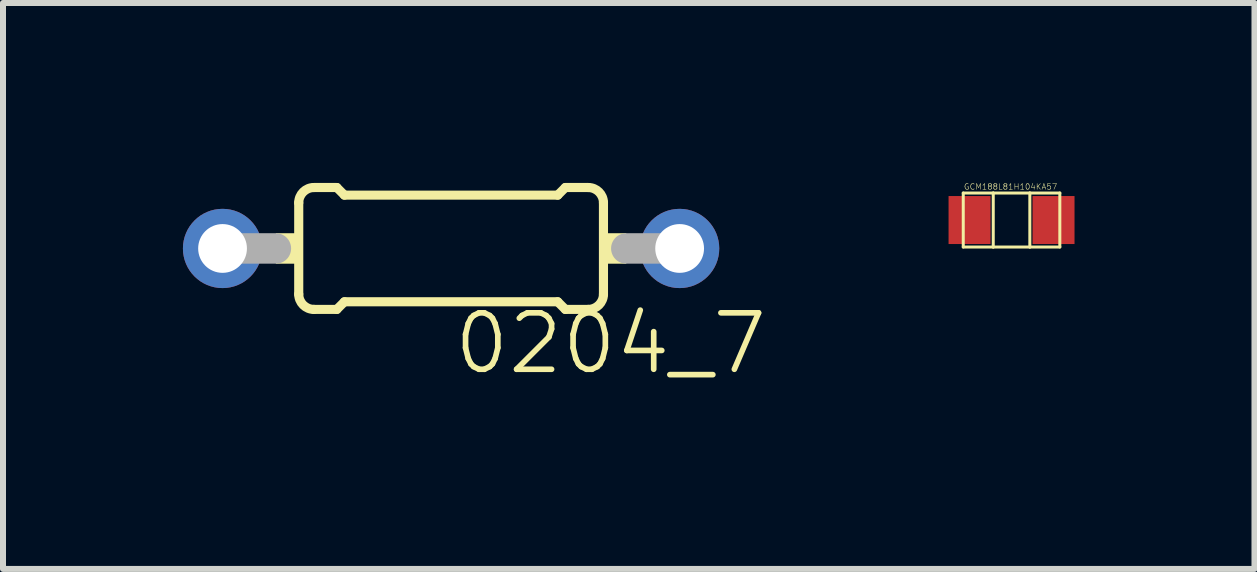
<source format=kicad_pcb>
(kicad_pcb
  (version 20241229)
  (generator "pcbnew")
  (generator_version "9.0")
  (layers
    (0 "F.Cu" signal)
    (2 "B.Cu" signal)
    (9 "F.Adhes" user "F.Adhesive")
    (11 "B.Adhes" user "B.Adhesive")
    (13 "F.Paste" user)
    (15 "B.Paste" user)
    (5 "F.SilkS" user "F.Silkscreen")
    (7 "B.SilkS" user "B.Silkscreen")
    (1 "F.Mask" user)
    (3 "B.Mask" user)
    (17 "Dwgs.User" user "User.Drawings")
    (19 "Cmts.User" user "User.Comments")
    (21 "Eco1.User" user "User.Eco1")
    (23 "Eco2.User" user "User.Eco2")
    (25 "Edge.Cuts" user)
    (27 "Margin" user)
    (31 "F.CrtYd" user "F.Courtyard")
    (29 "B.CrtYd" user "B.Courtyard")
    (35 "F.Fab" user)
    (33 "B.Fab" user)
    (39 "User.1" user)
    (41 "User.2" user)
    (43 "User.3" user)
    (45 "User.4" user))
  (footprint "GCM188L81H104KA57"
    (layer "F.Cu")
    (at 13.813 0.618)
    (property "Reference" "GCM188L81H104KA57" (at -0.8 -0.5 0) (layer "F.SilkS") (effects (font (size 0.095 0.095) (thickness 0.008)) (justify left bottom)))
    (attr through_hole)
    (fp_line (start -0.805 -0.45) (end -0.305 -0.45) (stroke (width 0.05) (type solid)) (layer "F.SilkS"))
    (fp_line (start -0.805 0.45) (end -0.805 -0.45) (stroke (width 0.05) (type solid)) (layer "F.SilkS"))
    (fp_line (start -0.305 -0.45) (end -0.305 0.45) (stroke (width 0.05) (type solid)) (layer "F.SilkS"))
    (fp_line (start -0.305 -0.45) (end 0.305 -0.45) (stroke (width 0.05) (type solid)) (layer "F.SilkS"))
    (fp_line (start -0.305 0.45) (end -0.805 0.45) (stroke (width 0.05) (type solid)) (layer "F.SilkS"))
    (fp_line (start 0.305 -0.45) (end 0.305 0.45) (stroke (width 0.05) (type solid)) (layer "F.SilkS"))
    (fp_line (start 0.305 -0.45) (end 0.805 -0.45) (stroke (width 0.05) (type solid)) (layer "F.SilkS"))
    (fp_line (start 0.305 0.45) (end -0.305 0.45) (stroke (width 0.05) (type solid)) (layer "F.SilkS"))
    (fp_line (start 0.805 -0.45) (end 0.805 0.45) (stroke (width 0.05) (type solid)) (layer "F.SilkS"))
    (fp_line (start 0.805 0.45) (end 0.305 0.45) (stroke (width 0.05) (type solid)) (layer "F.SilkS"))
    (pad "P$1" smd rect (at -0.7 0) (size 0.7 0.8) (layers "F.Cu" "F.Mask" "F.Paste"))
    (pad "P$2" smd rect (at 0.7 0) (size 0.7 0.8) (layers "F.Cu" "F.Mask" "F.Paste")))
  (footprint "0204_7"
    (layer "F.Cu")
    (at 4.47 1.092)
    (property "Reference" "0204_7" (at 0 2.134 180) (layer "F.SilkS") (effects (font (size 0.941 0.941) (thickness 0.094)) (justify left bottom)))
    (attr through_hole)
    (fp_line (start -2.54 0.762) (end -2.54 -0.762) (stroke (width 0.152) (type solid)) (layer "F.SilkS"))
    (fp_line (start -2.286 -1.016) (end -1.905 -1.016) (stroke (width 0.152) (type solid)) (layer "F.SilkS"))
    (fp_line (start -2.286 1.016) (end -1.905 1.016) (stroke (width 0.152) (type solid)) (layer "F.SilkS"))
    (fp_line (start -1.778 -0.889) (end -1.905 -1.016) (stroke (width 0.152) (type solid)) (layer "F.SilkS"))
    (fp_line (start -1.778 0.889) (end -1.905 1.016) (stroke (width 0.152) (type solid)) (layer "F.SilkS"))
    (fp_line (start 1.778 -0.889) (end -1.778 -0.889) (stroke (width 0.152) (type solid)) (layer "F.SilkS"))
    (fp_line (start 1.778 -0.889) (end 1.905 -1.016) (stroke (width 0.152) (type solid)) (layer "F.SilkS"))
    (fp_line (start 1.778 0.889) (end -1.778 0.889) (stroke (width 0.152) (type solid)) (layer "F.SilkS"))
    (fp_line (start 1.778 0.889) (end 1.905 1.016) (stroke (width 0.152) (type solid)) (layer "F.SilkS"))
    (fp_line (start 2.286 -1.016) (end 1.905 -1.016) (stroke (width 0.152) (type solid)) (layer "F.SilkS"))
    (fp_line (start 2.286 1.016) (end 1.905 1.016) (stroke (width 0.152) (type solid)) (layer "F.SilkS"))
    (fp_line (start 2.54 0.762) (end 2.54 -0.762) (stroke (width 0.152) (type solid)) (layer "F.SilkS"))
    (fp_arc (start -2.54 -0.762) (mid -2.465605 -0.941605) (end -2.286 -1.016) (stroke (width 0.1524) (type solid)) (layer "F.SilkS"))
    (fp_arc (start -2.286 1.016) (mid -2.465605 0.941605) (end -2.54 0.762) (stroke (width 0.1524) (type solid)) (layer "F.SilkS"))
    (fp_arc (start 2.286 -1.016) (mid 2.465605 -0.941605) (end 2.54 -0.762) (stroke (width 0.1524) (type solid)) (layer "F.SilkS"))
    (fp_arc (start 2.54 0.762) (mid 2.465605 0.941605) (end 2.286 1.016) (stroke (width 0.1524) (type solid)) (layer "F.SilkS"))
    (fp_poly (pts (xy -2.921 0.254) (xy -2.54 0.254) (xy -2.54 -0.254) (xy -2.921 -0.254)) (stroke (width 0) (type solid)) (fill yes) (layer "F.SilkS"))
    (fp_poly (pts (xy 2.54 0.254) (xy 2.921 0.254) (xy 2.921 -0.254) (xy 2.54 -0.254)) (stroke (width 0) (type solid)) (fill yes) (layer "F.SilkS"))
    (fp_line (start -3.81 0) (end -2.921 0) (stroke (width 0.508) (type solid)) (layer "F.Fab"))
    (fp_line (start 3.81 0) (end 2.921 0) (stroke (width 0.508) (type solid)) (layer "F.Fab"))
    (pad "1" thru_hole circle (at -3.81 0) (size 1.321 1.321) (drill 0.813) (layers "*.Cu" "*.Mask"))
    (pad "2" thru_hole circle (at 3.81 0) (size 1.321 1.321) (drill 0.813) (layers "*.Cu" "*.Mask")))
  (gr_rect
    (start -3 -3)
    (end 17.863 6.434)
    (stroke (width 0.1) (type default))
    (fill no)
    (layer "Edge.Cuts")))
</source>
